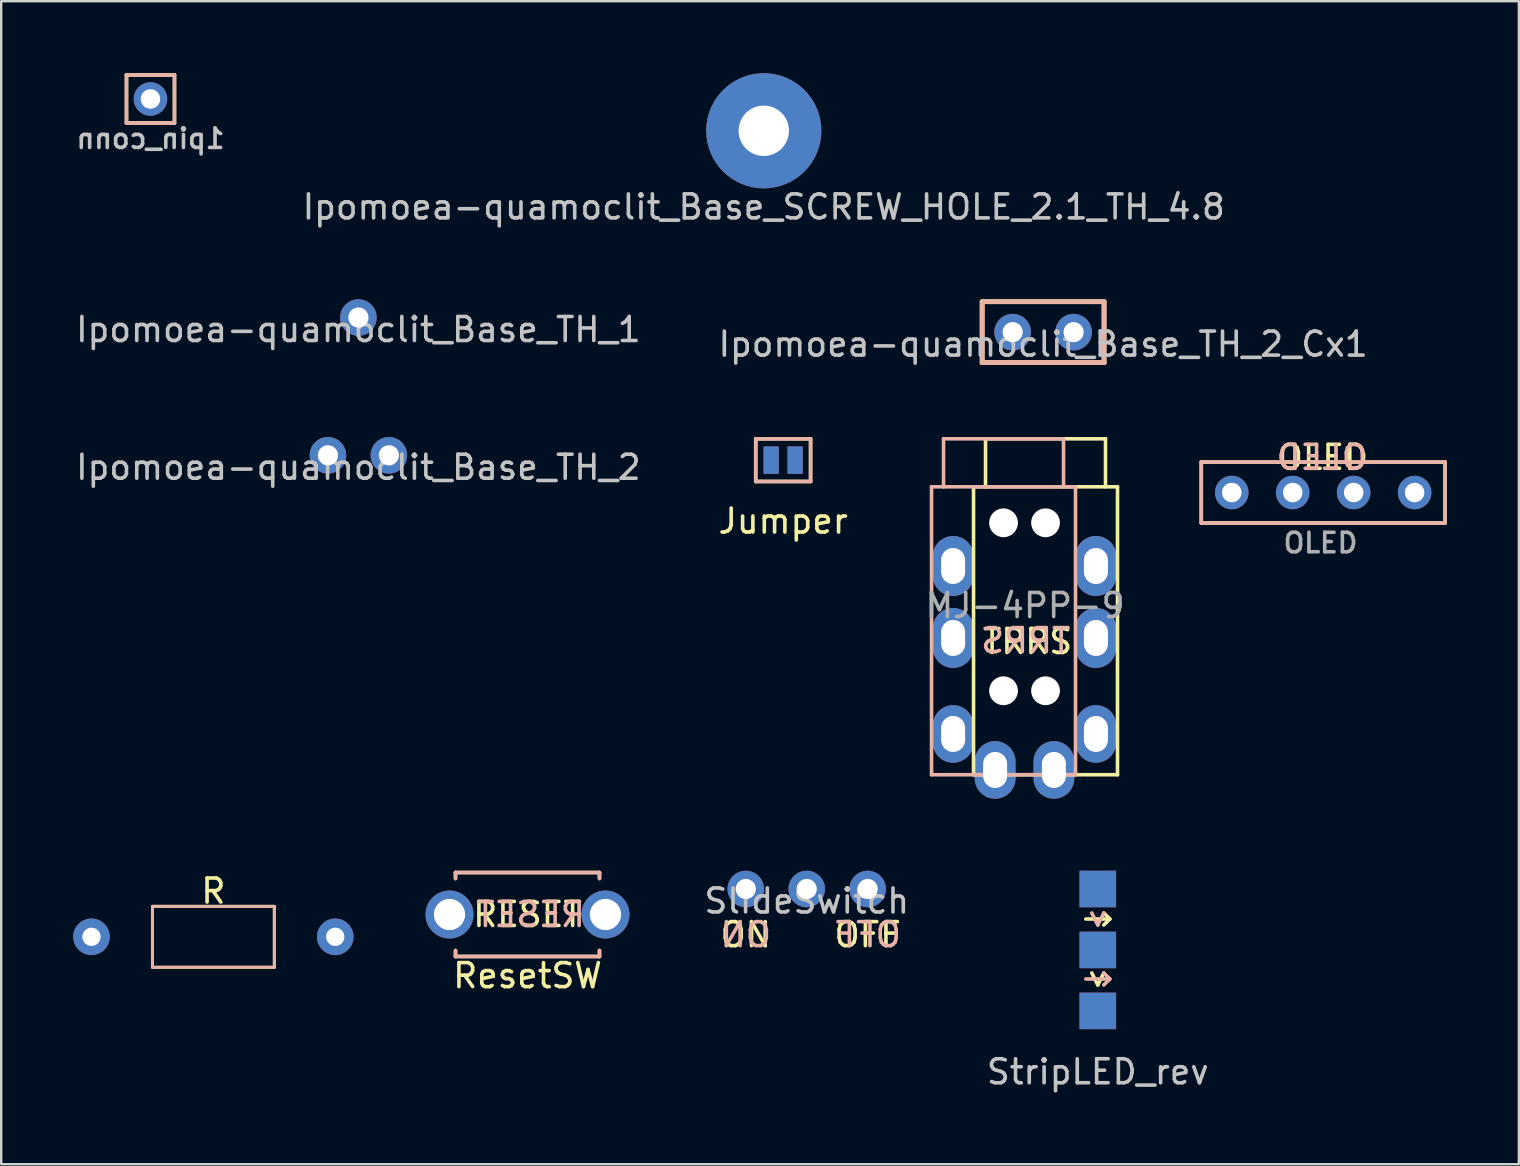
<source format=kicad_pcb>
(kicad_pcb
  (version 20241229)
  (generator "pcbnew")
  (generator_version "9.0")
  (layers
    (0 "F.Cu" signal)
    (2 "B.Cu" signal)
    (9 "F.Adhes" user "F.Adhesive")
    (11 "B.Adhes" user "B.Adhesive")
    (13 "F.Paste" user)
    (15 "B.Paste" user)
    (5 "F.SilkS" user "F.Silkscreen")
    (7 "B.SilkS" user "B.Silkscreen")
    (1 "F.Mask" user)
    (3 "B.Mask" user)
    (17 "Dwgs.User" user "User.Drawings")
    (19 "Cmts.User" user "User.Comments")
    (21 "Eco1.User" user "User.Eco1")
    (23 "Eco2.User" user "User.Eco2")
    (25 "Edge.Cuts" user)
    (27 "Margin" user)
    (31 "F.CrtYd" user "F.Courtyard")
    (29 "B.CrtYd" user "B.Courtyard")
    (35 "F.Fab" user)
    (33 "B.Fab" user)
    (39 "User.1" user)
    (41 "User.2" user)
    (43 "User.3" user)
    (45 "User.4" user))
  (footprint "Ipomoea-quamoclit_Base_TH_1"
    (layer "F.Cu")
    (at 11.887 10.185)
    (property "Reference" "Ipomoea-quamoclit_Base_TH_1" (at 0 0.5 0) (layer "Dwgs.User") (effects (font (size 1 1) (thickness 0.15))))
    (attr through_hole)
    (pad "1" thru_hole circle (at 0 0 270) (size 1.524 1.524) (drill 0.84) (layers "*.Cu" "*.Mask")))
  (footprint "ResetSW"
    (layer "F.Cu")
    (at 18.934 35.063)
    (property "Reference" "ResetSW" (at 0 2.55 0) (layer "F.SilkS") (effects (font (size 1 1) (thickness 0.15))))
    (attr through_hole)
    (fp_line (start -3 -1.75) (end -3 -1.5) (stroke (width 0.15) (type solid)) (layer "F.SilkS"))
    (fp_line (start -3 -1.75) (end 3 -1.75) (stroke (width 0.15) (type solid)) (layer "F.SilkS"))
    (fp_line (start -3 1.75) (end -3 1.5) (stroke (width 0.15) (type solid)) (layer "F.SilkS"))
    (fp_line (start -3 1.75) (end 3 1.75) (stroke (width 0.15) (type solid)) (layer "F.SilkS"))
    (fp_line (start 3 -1.75) (end 3 -1.5) (stroke (width 0.15) (type solid)) (layer "F.SilkS"))
    (fp_line (start 3 1.75) (end 3 1.5) (stroke (width 0.15) (type solid)) (layer "F.SilkS"))
    (fp_line (start -3 -1.75) (end 3 -1.75) (stroke (width 0.15) (type solid)) (layer "B.SilkS"))
    (fp_line (start -3 -1.5) (end -3 -1.75) (stroke (width 0.15) (type solid)) (layer "B.SilkS"))
    (fp_line (start -3 1.75) (end -3 1.5) (stroke (width 0.15) (type solid)) (layer "B.SilkS"))
    (fp_line (start 3 -1.75) (end 3 -1.5) (stroke (width 0.15) (type solid)) (layer "B.SilkS"))
    (fp_line (start 3 1.5) (end 3 1.75) (stroke (width 0.15) (type solid)) (layer "B.SilkS"))
    (fp_line (start 3 1.75) (end -3 1.75) (stroke (width 0.15) (type solid)) (layer "B.SilkS"))
    (fp_text user "RESET" (at 0 0 0) (layer "F.SilkS") (effects (font (size 1 1) (thickness 0.15))))
    (fp_text user "RESET" (at 0.127 0 0) (layer "B.SilkS") (effects (font (size 1 1) (thickness 0.15)) (justify mirror)))
    (pad "1" thru_hole circle (at 3.25 0) (size 2 2) (drill 1.3) (layers "*.Cu" "*.Mask"))
    (pad "2" thru_hole circle (at -3.25 0) (size 2 2) (drill 1.3) (layers "*.Cu" "*.Mask")))
  (footprint "Ipomoea-quamoclit_Base_TH_2"
    (layer "F.Cu")
    (at 11.887 15.925)
    (property "Reference" "Ipomoea-quamoclit_Base_TH_2" (at 0 0.5 0) (layer "Dwgs.User") (effects (font (size 1 1) (thickness 0.15))))
    (attr through_hole)
    (pad "1" thru_hole circle (at -1.27 0 270) (size 1.524 1.524) (drill 0.84) (layers "*.Cu" "*.Mask"))
    (pad "1" thru_hole circle (at 1.27 0 270) (size 1.524 1.524) (drill 0.84) (layers "*.Cu" "*.Mask")))
  (footprint "1pin_conn"
    (layer "F.Cu")
    (at 3.221 1.075)
    (property "Reference" "1pin_conn" (at 0 1.651 0) (layer "Dwgs.User") (effects (font (size 0.813 0.813) (thickness 0.15)) (justify mirror)))
    (attr through_hole)
    (fp_line (start -1 -1) (end -1 1) (stroke (width 0.15) (type solid)) (layer "F.SilkS"))
    (fp_line (start -1 1) (end 1 1) (stroke (width 0.15) (type solid)) (layer "F.SilkS"))
    (fp_line (start 1 -1) (end -1 -1) (stroke (width 0.15) (type solid)) (layer "F.SilkS"))
    (fp_line (start 1 1) (end 1 -1) (stroke (width 0.15) (type solid)) (layer "F.SilkS"))
    (fp_line (start -1 -1) (end 1 -1) (stroke (width 0.15) (type solid)) (layer "B.SilkS"))
    (fp_line (start -1 1) (end -1 -1) (stroke (width 0.15) (type solid)) (layer "B.SilkS"))
    (fp_line (start 1 -1) (end 1 1) (stroke (width 0.15) (type solid)) (layer "B.SilkS"))
    (fp_line (start 1 1) (end -1 1) (stroke (width 0.15) (type solid)) (layer "B.SilkS"))
    (pad "1" thru_hole circle (at 0 0) (size 1.397 1.397) (drill 0.813) (layers "*.Cu" "*.Mask")))
  (footprint "MJ-4PP-9"
    (layer "F.Cu")
    (at 39.648 17.238)
    (property "Reference" "MJ-4PP-9" (at 0.025 4.95 0) (layer "F.Fab") (effects (font (size 1 1) (thickness 0.15))))
    (attr through_hole)
    (fp_line (start -2.125 0) (end 3.875 0) (stroke (width 0.15) (type solid)) (layer "F.SilkS"))
    (fp_line (start -2.125 12) (end -2.125 0) (stroke (width 0.15) (type solid)) (layer "F.SilkS"))
    (fp_line (start -1.625 -2) (end -1.625 0) (stroke (width 0.15) (type solid)) (layer "F.SilkS"))
    (fp_line (start -1.625 -2) (end 3.375 -2) (stroke (width 0.15) (type solid)) (layer "F.SilkS"))
    (fp_line (start 3.375 -2) (end 3.375 0) (stroke (width 0.15) (type solid)) (layer "F.SilkS"))
    (fp_line (start 3.875 0) (end 3.875 12) (stroke (width 0.15) (type solid)) (layer "F.SilkS"))
    (fp_line (start 3.875 12) (end -2.125 12) (stroke (width 0.15) (type solid)) (layer "F.SilkS"))
    (fp_line (start -3.875 0) (end 2.125 0) (stroke (width 0.15) (type solid)) (layer "B.SilkS"))
    (fp_line (start -3.875 12) (end -3.875 0) (stroke (width 0.15) (type solid)) (layer "B.SilkS"))
    (fp_line (start -3.375 -2) (end 1.625 -2) (stroke (width 0.15) (type solid)) (layer "B.SilkS"))
    (fp_line (start -3.375 0) (end -3.375 -2) (stroke (width 0.15) (type solid)) (layer "B.SilkS"))
    (fp_line (start 1.625 0) (end 1.625 -2) (stroke (width 0.15) (type solid)) (layer "B.SilkS"))
    (fp_line (start 2.125 0) (end 2.125 12) (stroke (width 0.15) (type solid)) (layer "B.SilkS"))
    (fp_line (start 2.125 12) (end -3.875 12) (stroke (width 0.15) (type solid)) (layer "B.SilkS"))
    (fp_text user "TRRS" (at 0.125 6.45 0) (layer "F.SilkS") (effects (font (size 1 1) (thickness 0.15))))
    (fp_text user "TRRS" (at 0.05 6.413 0) (layer "B.SilkS") (effects (font (size 1 1) (thickness 0.15)) (justify mirror)))
    (pad "" np_thru_hole circle (at -0.875 1.5) (size 1.2 1.2) (drill 1.2) (layers "*.Cu" "*.Mask"))
    (pad "" np_thru_hole circle (at -0.875 8.5) (size 1.2 1.2) (drill 1.2) (layers "*.Cu" "*.Mask"))
    (pad "" np_thru_hole circle (at 0.875 1.5) (size 1.2 1.2) (drill 1.2) (layers "*.Cu" "*.Mask"))
    (pad "" np_thru_hole circle (at 0.875 8.5) (size 1.2 1.2) (drill 1.2) (layers "*.Cu" "*.Mask"))
    (pad "A" thru_hole oval (at -1.225 11.8) (size 1.7 2.4) (drill oval 1 1.5) (layers "*.Cu" "*.Mask"))
    (pad "A" thru_hole oval (at 1.225 11.8) (size 1.7 2.4) (drill oval 1 1.5) (layers "*.Cu" "*.Mask"))
    (pad "B" thru_hole oval (at -2.975 3.3) (size 1.7 2.5) (drill oval 1 1.5) (layers "*.Cu" "*.Mask"))
    (pad "B" thru_hole oval (at 2.975 3.3) (size 1.7 2.5) (drill oval 1 1.5) (layers "*.Cu" "*.Mask"))
    (pad "C" thru_hole oval (at -2.975 6.3) (size 1.7 2.5) (drill oval 1 1.5) (layers "*.Cu" "*.Mask"))
    (pad "C" thru_hole oval (at 2.975 6.3) (size 1.7 2.5) (drill oval 1 1.5) (layers "*.Cu" "*.Mask"))
    (pad "D" thru_hole oval (at -2.975 10.3) (size 1.7 2.4) (drill oval 1 1.5) (layers "*.Cu" "*.Mask"))
    (pad "D" thru_hole oval (at 2.975 10.3) (size 1.7 2.4) (drill oval 1 1.5) (layers "*.Cu" "*.Mask")))
  (footprint "Ipomoea-quamoclit_Base_TH_2_Cx1"
    (layer "F.Cu")
    (at 40.423 10.793)
    (property "Reference" "Ipomoea-quamoclit_Base_TH_2_Cx1" (at 0 0.5 0) (layer "Dwgs.User") (effects (font (size 1 1) (thickness 0.15))))
    (attr through_hole)
    (fp_line (start -2.54 -1.27) (end -2.54 1.27) (stroke (width 0.2) (type solid)) (layer "F.SilkS"))
    (fp_line (start -2.54 -1.27) (end 2.54 -1.27) (stroke (width 0.2) (type solid)) (layer "F.SilkS"))
    (fp_line (start -2.54 1.27) (end 2.54 1.27) (stroke (width 0.2) (type solid)) (layer "F.SilkS"))
    (fp_line (start 2.54 -1.27) (end 2.54 1.27) (stroke (width 0.2) (type solid)) (layer "F.SilkS"))
    (fp_line (start -2.54 -1.27) (end 2.54 -1.27) (stroke (width 0.2) (type solid)) (layer "B.SilkS"))
    (fp_line (start -2.54 1.27) (end -2.54 -1.27) (stroke (width 0.2) (type solid)) (layer "B.SilkS"))
    (fp_line (start -2.54 1.27) (end 2.54 1.27) (stroke (width 0.2) (type solid)) (layer "B.SilkS"))
    (fp_line (start 2.54 1.27) (end 2.54 -1.27) (stroke (width 0.2) (type solid)) (layer "B.SilkS"))
    (pad "1" thru_hole circle (at -1.27 0 270) (size 1.524 1.524) (drill 0.84) (layers "*.Cu" "*.Mask"))
    (pad "1" thru_hole circle (at 1.27 0 270) (size 1.524 1.524) (drill 0.84) (layers "*.Cu" "*.Mask")))
  (footprint "Jumper"
    (layer "F.Cu")
    (at 29.589 16.127)
    (property "Reference" "Jumper" (at 0 2.54 0) (layer "F.SilkS") (effects (font (size 1 1) (thickness 0.15))))
    (attr through_hole)
    (fp_line (start -1.143 -0.889) (end 1.143 -0.889) (stroke (width 0.15) (type solid)) (layer "F.SilkS"))
    (fp_line (start -1.143 0.889) (end -1.143 -0.889) (stroke (width 0.15) (type solid)) (layer "F.SilkS"))
    (fp_line (start 1.143 -0.889) (end 1.143 0.889) (stroke (width 0.15) (type solid)) (layer "F.SilkS"))
    (fp_line (start 1.143 0.889) (end -1.143 0.889) (stroke (width 0.15) (type solid)) (layer "F.SilkS"))
    (fp_line (start -1.143 -0.889) (end -1.143 0.889) (stroke (width 0.15) (type solid)) (layer "B.SilkS"))
    (fp_line (start -1.143 0.889) (end 1.143 0.889) (stroke (width 0.15) (type solid)) (layer "B.SilkS"))
    (fp_line (start 1.143 -0.889) (end -1.143 -0.889) (stroke (width 0.15) (type solid)) (layer "B.SilkS"))
    (fp_line (start 1.143 0.889) (end 1.143 -0.889) (stroke (width 0.15) (type solid)) (layer "B.SilkS"))
    (pad "1" smd rect (at -0.5 0) (size 0.635 1.143) (layers "F.Cu" "F.Mask" "F.Paste"))
    (pad "1" smd rect (at -0.5 0) (size 0.635 1.143) (layers "B.Cu" "B.Mask" "B.Paste"))
    (pad "2" smd rect (at 0.5 0) (size 0.635 1.143) (layers "F.Cu" "F.Mask" "F.Paste"))
    (pad "2" smd rect (at 0.5 0) (size 0.635 1.143) (layers "B.Cu" "B.Mask" "B.Paste")))
  (footprint "StripLED_rev"
    (layer "F.Cu")
    (at 42.702 34)
    (property "Reference" "StripLED_rev" (at 0 7.62 0) (layer "Dwgs.User") (effects (font (size 1 1) (thickness 0.15))))
    (attr through_hole)
    (fp_line (start -0.25 3.5) (end 0 4) (stroke (width 0.15) (type solid)) (layer "F.SilkS"))
    (fp_line (start 0.25 1) (end 0.5 1.25) (stroke (width 0.15) (type solid)) (layer "F.SilkS"))
    (fp_line (start 0.25 1.5) (end 0.5 1.25) (stroke (width 0.15) (type solid)) (layer "F.SilkS"))
    (fp_line (start 0.25 3.5) (end 0 4) (stroke (width 0.15) (type solid)) (layer "F.SilkS"))
    (fp_line (start 0.5 1.25) (end -0.5 1.25) (stroke (width 0.15) (type solid)) (layer "F.SilkS"))
    (fp_line (start -0.5 3.75) (end 0.5 3.75) (stroke (width 0.15) (type solid)) (layer "B.SilkS"))
    (fp_line (start -0.25 1) (end 0 1.5) (stroke (width 0.15) (type solid)) (layer "B.SilkS"))
    (fp_line (start 0.25 1) (end 0 1.5) (stroke (width 0.15) (type solid)) (layer "B.SilkS"))
    (fp_line (start 0.25 4) (end 0.5 3.75) (stroke (width 0.15) (type solid)) (layer "B.SilkS"))
    (fp_line (start 0.5 3.75) (end 0.25 3.5) (stroke (width 0.15) (type solid)) (layer "B.SilkS"))
    (pad "1" smd rect (at 0 0) (size 1.524 1.524) (layers "F.Cu" "F.Mask" "F.Paste"))
    (pad "1" smd rect (at 0 5.08) (size 1.524 1.524) (layers "B.Cu" "B.Mask" "B.Paste"))
    (pad "2" smd rect (at 0 2.54) (size 1.524 1.524) (layers "F.Cu" "F.Mask" "F.Paste"))
    (pad "2" smd rect (at 0 2.54) (size 1.524 1.524) (layers "B.Cu" "B.Mask" "B.Paste"))
    (pad "3" smd rect (at 0 0) (size 1.524 1.524) (layers "B.Cu" "B.Mask" "B.Paste"))
    (pad "3" smd rect (at 0 5.08) (size 1.524 1.524) (layers "F.Cu" "F.Mask" "F.Paste")))
  (footprint "Ipomoea-quamoclit_Base_SCREW_HOLE_2.1_TH_4.8"
    (layer "F.Cu")
    (at 28.781 2.4)
    (property "Reference" "Ipomoea-quamoclit_Base_SCREW_HOLE_2.1_TH_4.8" (at 0 3.175 0) (layer "Dwgs.User") (effects (font (size 1 1) (thickness 0.15))))
    (attr through_hole)
    (pad "" thru_hole circle (at 0 0) (size 4.8 4.8) (drill 2.1) (layers "*.Cu" "*.Mask")))
  (footprint "SlideSwitch"
    (layer "F.Cu")
    (at 30.571 34)
    (property "Reference" "SlideSwitch" (at 0 0.5 0) (layer "Dwgs.User") (effects (font (size 1 1) (thickness 0.15))))
    (attr through_hole)
    (fp_text user "OFF" (at 2.54 1.905 0) (unlocked yes) (layer "F.SilkS") (effects (font (size 1 1) (thickness 0.15))))
    (fp_text user "ON" (at -2.54 1.905 0) (unlocked yes) (layer "F.SilkS") (effects (font (size 1 1) (thickness 0.15))))
    (fp_text user "ON" (at -2.54 1.905 0) (unlocked yes) (layer "B.SilkS") (effects (font (size 1 1) (thickness 0.15)) (justify mirror)))
    (fp_text user "OFF" (at 2.54 1.905 0) (unlocked yes) (layer "B.SilkS") (effects (font (size 1 1) (thickness 0.15)) (justify mirror)))
    (pad "1" thru_hole circle (at -2.54 0 90) (size 1.524 1.524) (drill 0.84) (layers "*.Cu" "*.Mask"))
    (pad "2" thru_hole circle (at 0 0 90) (size 1.524 1.524) (drill 0.84) (layers "*.Cu" "*.Mask"))
    (pad "3" thru_hole circle (at 2.54 0 90) (size 1.524 1.524) (drill 0.84) (layers "*.Cu" "*.Mask")))
  (footprint "OLED"
    (layer "F.Cu")
    (at 52.095 17.477)
    (property "Reference" "OLED" (at -0.11 2.1 180) (layer "F.Fab") (effects (font (size 0.813 0.813) (thickness 0.15))))
    (attr through_hole)
    (fp_line (start -5.08 -1.27) (end 5.08 -1.27) (stroke (width 0.15) (type solid)) (layer "F.SilkS"))
    (fp_line (start -5.08 1.27) (end -5.08 -1.27) (stroke (width 0.15) (type solid)) (layer "F.SilkS"))
    (fp_line (start -5.08 1.27) (end 5.08 1.27) (stroke (width 0.15) (type solid)) (layer "F.SilkS"))
    (fp_line (start 5.08 -1.27) (end 5.08 1.27) (stroke (width 0.15) (type solid)) (layer "F.SilkS"))
    (fp_line (start -5.08 -1.27) (end 5.08 -1.27) (stroke (width 0.15) (type solid)) (layer "B.SilkS"))
    (fp_line (start -5.08 1.27) (end -5.08 -1.27) (stroke (width 0.15) (type solid)) (layer "B.SilkS"))
    (fp_line (start 5.08 -1.27) (end 5.08 1.27) (stroke (width 0.15) (type solid)) (layer "B.SilkS"))
    (fp_line (start 5.08 1.27) (end -5.08 1.27) (stroke (width 0.15) (type solid)) (layer "B.SilkS"))
    (fp_text user "OLED" (at -0.01 -1.465 0) (layer "F.SilkS") (effects (font (size 1 1) (thickness 0.15))))
    (fp_text user "OLED" (at -0.06 -1.465 0) (layer "B.SilkS") (effects (font (size 1 1) (thickness 0.15)) (justify mirror)))
    (pad "1" thru_hole circle (at -3.81 0) (size 1.397 1.397) (drill 0.813) (layers "*.Cu" "*.Mask"))
    (pad "2" thru_hole circle (at -1.27 0) (size 1.397 1.397) (drill 0.813) (layers "*.Cu" "*.Mask"))
    (pad "3" thru_hole circle (at 1.27 0) (size 1.397 1.397) (drill 0.813) (layers "*.Cu" "*.Mask"))
    (pad "4" thru_hole circle (at 3.81 0) (size 1.397 1.397) (drill 0.813) (layers "*.Cu" "*.Mask")))
  (footprint "R"
    (layer "F.Cu")
    (at 5.842 35.992)
    (property "Reference" "R" (at 0 -1.905 0) (layer "F.SilkS") (effects (font (size 1 1) (thickness 0.15))))
    (attr through_hole)
    (fp_line (start -2.54 -1.27) (end -2.54 1.27) (stroke (width 0.12) (type solid)) (layer "F.SilkS"))
    (fp_line (start -2.54 1.27) (end 2.54 1.27) (stroke (width 0.12) (type solid)) (layer "F.SilkS"))
    (fp_line (start 2.54 -1.27) (end -2.54 -1.27) (stroke (width 0.12) (type solid)) (layer "F.SilkS"))
    (fp_line (start 2.54 1.27) (end 2.54 -1.27) (stroke (width 0.12) (type solid)) (layer "F.SilkS"))
    (fp_line (start -2.54 -1.27) (end 2.54 -1.27) (stroke (width 0.12) (type solid)) (layer "B.SilkS"))
    (fp_line (start -2.54 1.27) (end -2.54 -1.27) (stroke (width 0.12) (type solid)) (layer "B.SilkS"))
    (fp_line (start 2.54 -1.27) (end 2.54 1.27) (stroke (width 0.12) (type solid)) (layer "B.SilkS"))
    (fp_line (start 2.54 1.27) (end -2.54 1.27) (stroke (width 0.12) (type solid)) (layer "B.SilkS"))
    (pad "1" thru_hole circle (at -5.08 0) (size 1.524 1.524) (drill 0.762) (layers "*.Cu" "*.Mask"))
    (pad "2" thru_hole circle (at 5.08 0) (size 1.524 1.524) (drill 0.762) (layers "*.Cu" "*.Mask")))
  (gr_rect
    (start -3 -3)
    (end 60.25 45.468)
    (stroke (width 0.1) (type default))
    (fill no)
    (layer "Edge.Cuts")))
</source>
